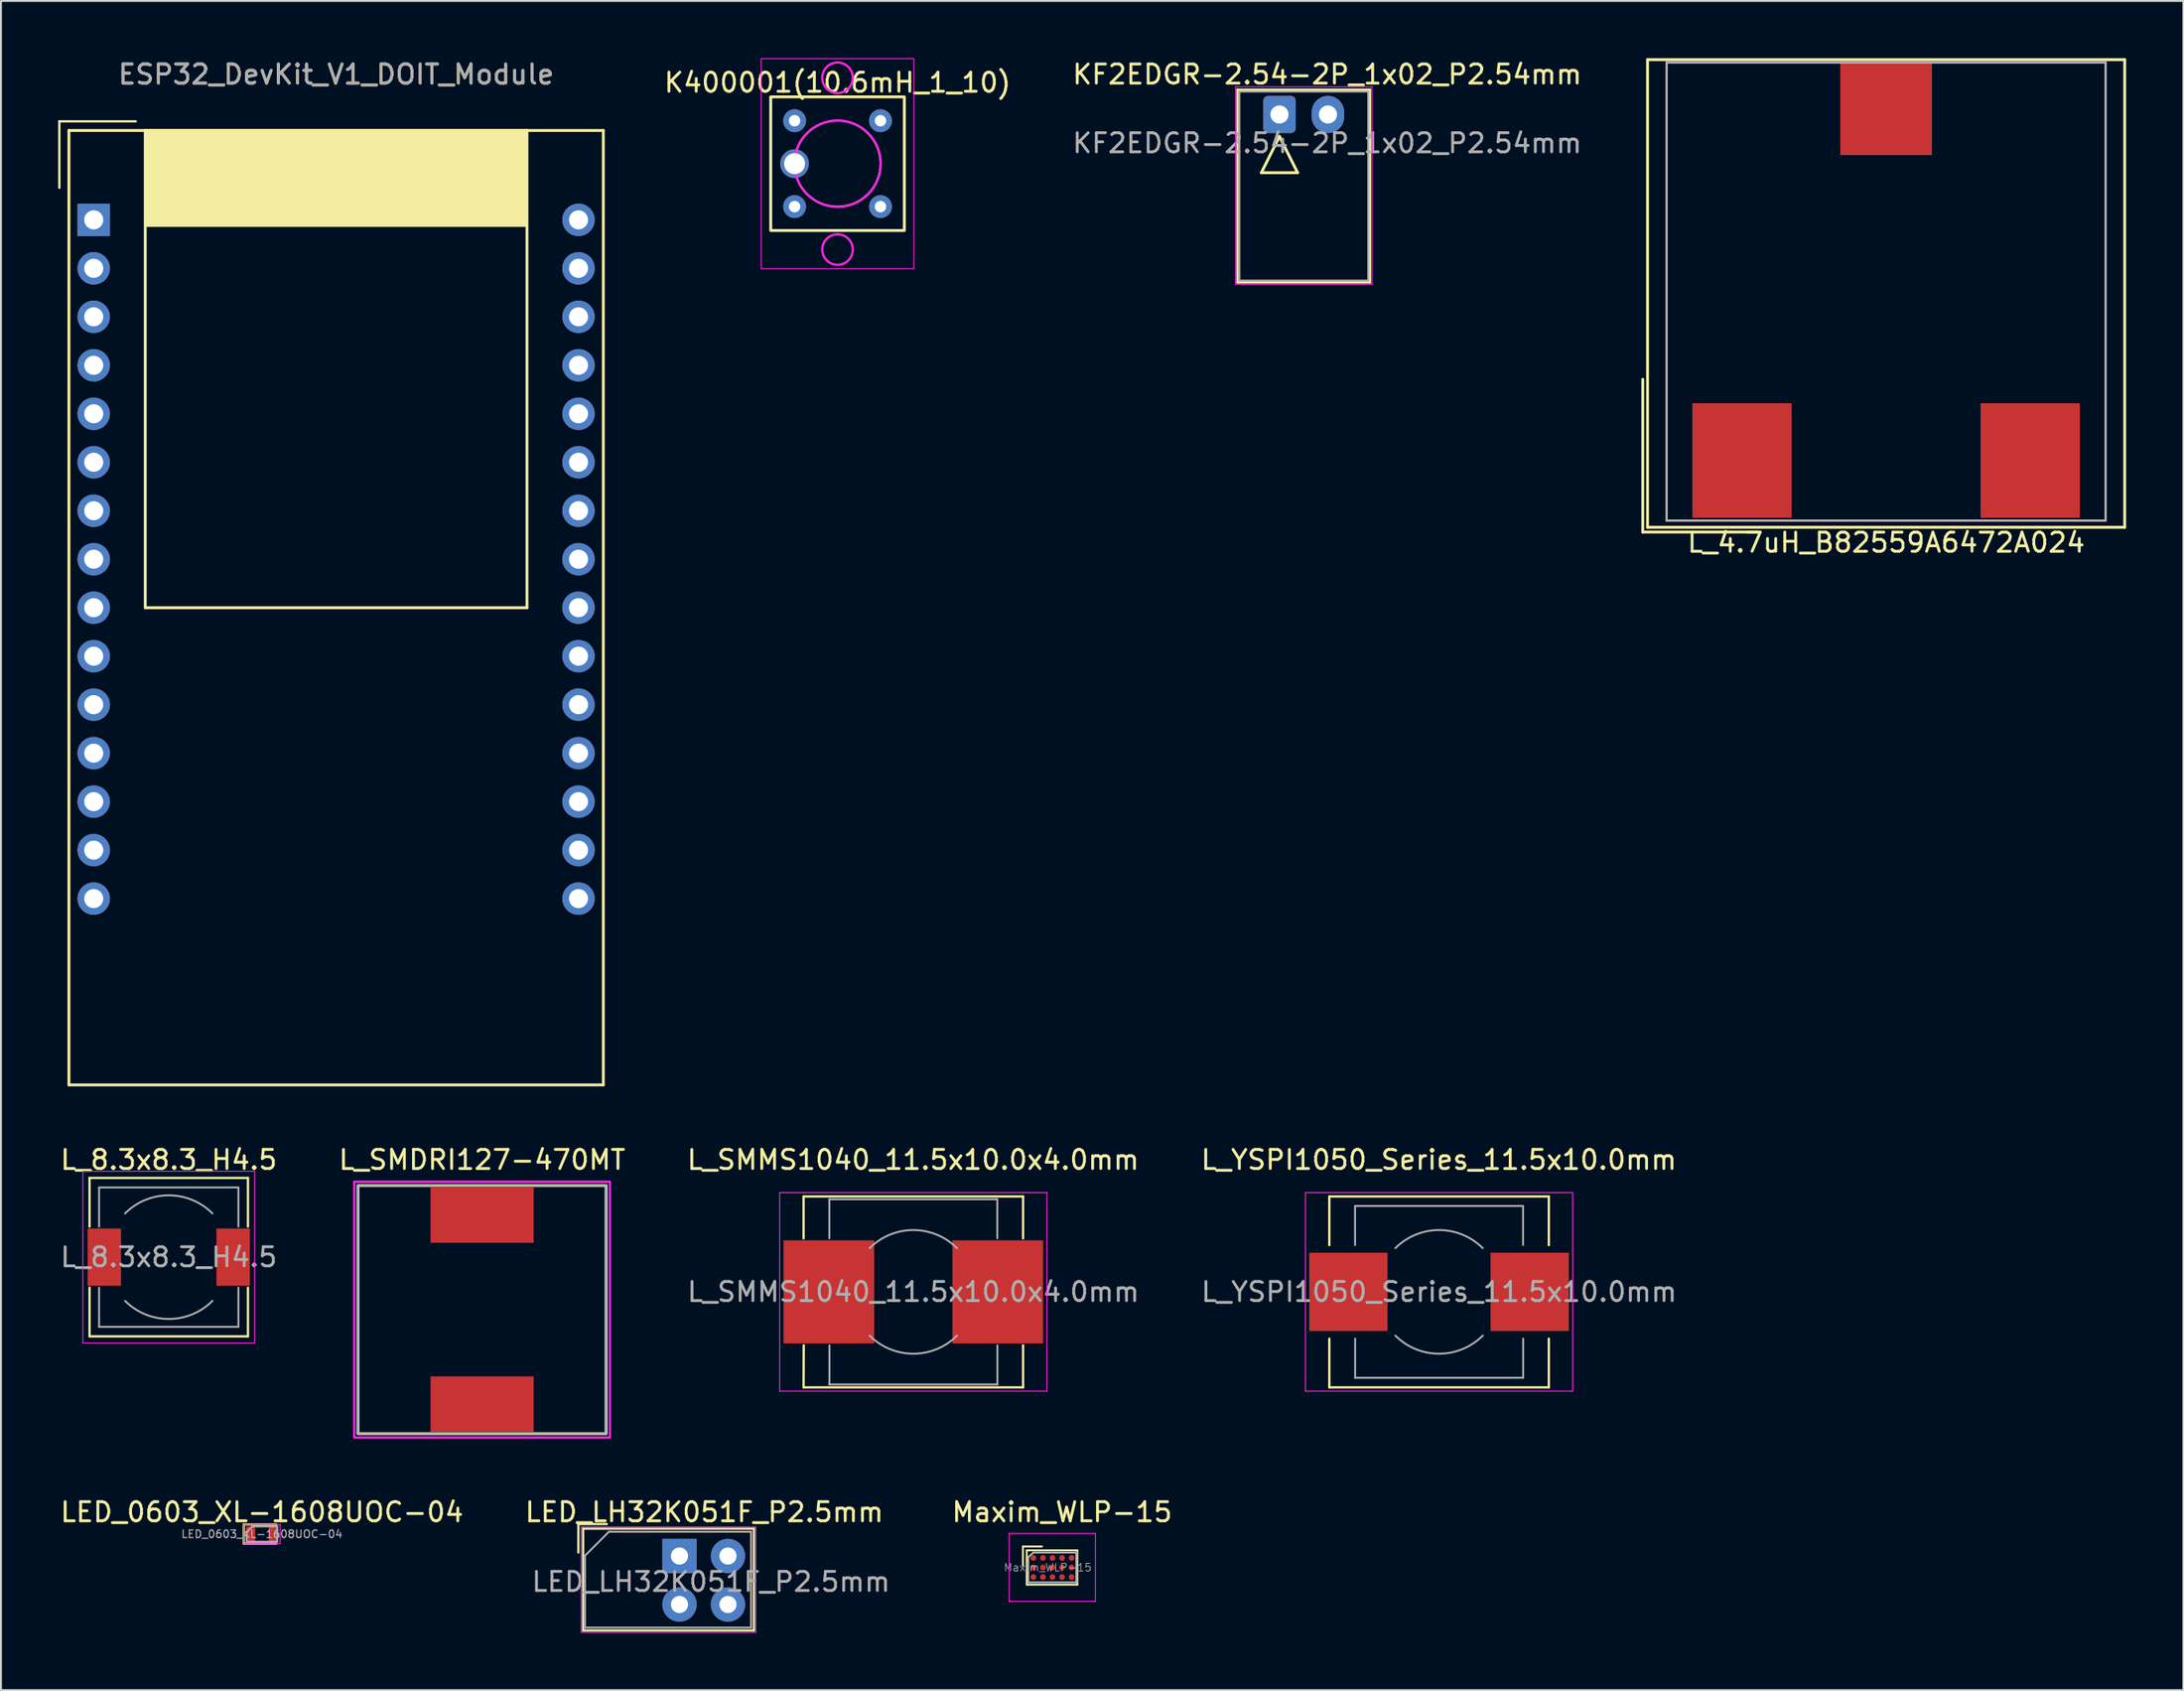
<source format=kicad_pcb>
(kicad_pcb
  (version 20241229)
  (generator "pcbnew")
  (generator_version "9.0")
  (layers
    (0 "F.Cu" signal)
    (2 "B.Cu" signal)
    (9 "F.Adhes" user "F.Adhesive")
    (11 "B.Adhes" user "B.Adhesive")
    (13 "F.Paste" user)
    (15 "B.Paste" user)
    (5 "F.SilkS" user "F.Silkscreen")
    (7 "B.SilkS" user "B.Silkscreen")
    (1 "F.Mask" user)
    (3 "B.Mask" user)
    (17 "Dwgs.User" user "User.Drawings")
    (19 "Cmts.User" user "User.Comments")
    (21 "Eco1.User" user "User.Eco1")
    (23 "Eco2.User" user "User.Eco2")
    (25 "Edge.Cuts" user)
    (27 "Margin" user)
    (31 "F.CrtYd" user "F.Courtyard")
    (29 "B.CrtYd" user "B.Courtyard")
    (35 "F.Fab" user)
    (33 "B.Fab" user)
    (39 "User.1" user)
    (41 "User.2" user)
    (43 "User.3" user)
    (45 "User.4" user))
  (footprint "L_YSPI1050_Series_11.5x10.0mm"
    (layer "F.Cu")
    (at 72.347 64.632)
    (property "Reference" "L_YSPI1050_Series_11.5x10.0mm" (at -0.01 -6.92 0) (layer "F.SilkS") (effects (font (size 1 1) (thickness 0.15))))
    (attr smd)
    (fp_line (start -5.75 -5) (end 5.75 -5) (stroke (width 0.12) (type solid)) (layer "F.SilkS"))
    (fp_line (start -5.75 -2.45) (end -5.75 -5) (stroke (width 0.12) (type solid)) (layer "F.SilkS"))
    (fp_line (start -5.75 5) (end -5.75 2.45) (stroke (width 0.12) (type solid)) (layer "F.SilkS"))
    (fp_line (start 5.75 -5) (end 5.75 -2.45) (stroke (width 0.12) (type solid)) (layer "F.SilkS"))
    (fp_line (start 5.75 2.45) (end 5.75 5) (stroke (width 0.12) (type solid)) (layer "F.SilkS"))
    (fp_line (start 5.75 5) (end -5.75 5) (stroke (width 0.12) (type solid)) (layer "F.SilkS"))
    (fp_line (start -7 -5.2) (end -7 5.2) (stroke (width 0.05) (type solid)) (layer "F.CrtYd"))
    (fp_line (start -7 5.2) (end 7 5.2) (stroke (width 0.05) (type solid)) (layer "F.CrtYd"))
    (fp_line (start 7 -5.2) (end -7 -5.2) (stroke (width 0.05) (type solid)) (layer "F.CrtYd"))
    (fp_line (start 7 5.2) (end 7 -5.2) (stroke (width 0.05) (type solid)) (layer "F.CrtYd"))
    (fp_line (start -4.4 -4.5) (end -4.4 -2.45) (stroke (width 0.1) (type solid)) (layer "F.Fab"))
    (fp_line (start -4.4 -4.5) (end 4.4 -4.5) (stroke (width 0.1) (type solid)) (layer "F.Fab"))
    (fp_line (start -4.395 4.5) (end -4.395 2.45) (stroke (width 0.1) (type solid)) (layer "F.Fab"))
    (fp_line (start 4.4 -4.5) (end 4.4 -2.45) (stroke (width 0.1) (type solid)) (layer "F.Fab"))
    (fp_line (start 4.405 4.5) (end -4.405 4.5) (stroke (width 0.1) (type solid)) (layer "F.Fab"))
    (fp_line (start 4.405 4.5) (end 4.405 2.45) (stroke (width 0.1) (type solid)) (layer "F.Fab"))
    (fp_arc (start -2.29 -2.29) (mid 0 -3.238549) (end 2.29 -2.29) (stroke (width 0.1) (type solid)) (layer "F.Fab"))
    (fp_arc (start 2.29 2.29) (mid 0 3.238549) (end -2.29 2.29) (stroke (width 0.1) (type solid)) (layer "F.Fab"))
    (fp_text user "${REFERENCE}" (at 0 0 0) (layer "F.Fab") (effects (font (size 1 1) (thickness 0.15))))
    (pad "1" smd rect (at -4.75 0) (size 4.1 4.1) (layers "F.Cu" "F.Mask" "F.Paste"))
    (pad "2" smd rect (at 4.75 0) (size 4.1 4.1) (layers "F.Cu" "F.Mask" "F.Paste")))
  (footprint "ESP32_DevKit_V1_DOIT_Module"
    (layer "F.Cu")
    (at 14.56 28.788)
    (property "Reference" "ESP32_DevKit_V1_DOIT_Module" (at 0 -27.94 0) (layer "F.SilkS") (effects (font (size 1 1) (thickness 0.15))))
    (attr through_hole)
    (fp_line (start -14.5 -25.48) (end -10.5 -25.48) (stroke (width 0.12) (type solid)) (layer "F.SilkS"))
    (fp_line (start -14.5 -22) (end -14.5 -25.48) (stroke (width 0.12) (type solid)) (layer "F.SilkS"))
    (fp_line (start -14 -25) (end -14 25) (stroke (width 0.15) (type solid)) (layer "F.SilkS"))
    (fp_line (start -14 25) (end 14 25) (stroke (width 0.15) (type solid)) (layer "F.SilkS"))
    (fp_line (start -10 -25) (end -10 0) (stroke (width 0.15) (type solid)) (layer "F.SilkS"))
    (fp_line (start -10 0) (end 10 0) (stroke (width 0.15) (type solid)) (layer "F.SilkS"))
    (fp_line (start 10 -25) (end -10 -25) (stroke (width 0.15) (type solid)) (layer "F.SilkS"))
    (fp_line (start 10 0) (end 10 -25) (stroke (width 0.15) (type solid)) (layer "F.SilkS"))
    (fp_line (start 14 -25) (end -14 -25) (stroke (width 0.15) (type solid)) (layer "F.SilkS"))
    (fp_line (start 14 25) (end 14 -25) (stroke (width 0.15) (type solid)) (layer "F.SilkS"))
    (fp_poly (pts (xy 10 -20) (xy -10 -20) (xy -10 -25) (xy 10 -25)) (stroke (width 0.1) (type solid)) (fill yes) (layer "F.SilkS"))
    (fp_text user "${REFERENCE}" (at 0 -27.94 180) (layer "F.Fab") (effects (font (size 1 1) (thickness 0.15))))
    (pad "1" thru_hole oval (at -12.7 15.24) (size 1.7 1.7) (drill 1) (layers "*.Cu" "*.Mask"))
    (pad "2" thru_hole oval (at -12.7 12.7) (size 1.7 1.7) (drill 1) (layers "*.Cu" "*.Mask"))
    (pad "2" thru_hole oval (at 12.7 12.7) (size 1.7 1.7) (drill 1) (layers "*.Cu" "*.Mask"))
    (pad "3" thru_hole oval (at 12.7 15.24) (size 1.7 1.7) (drill 1) (layers "*.Cu" "*.Mask"))
    (pad "5" thru_hole oval (at -12.7 -17.78) (size 1.7 1.7) (drill 1) (layers "*.Cu" "*.Mask"))
    (pad "8" thru_hole oval (at -12.7 -15.24) (size 1.7 1.7) (drill 1) (layers "*.Cu" "*.Mask"))
    (pad "9" thru_hole rect (at -12.7 -20.32) (size 1.7 1.7) (drill 1) (layers "*.Cu" "*.Mask"))
    (pad "10" thru_hole oval (at -12.7 -12.7) (size 1.7 1.7) (drill 1) (layers "*.Cu" "*.Mask"))
    (pad "11" thru_hole oval (at -12.7 -10.16) (size 1.7 1.7) (drill 1) (layers "*.Cu" "*.Mask"))
    (pad "12" thru_hole oval (at -12.7 -7.62) (size 1.7 1.7) (drill 1) (layers "*.Cu" "*.Mask"))
    (pad "13" thru_hole oval (at -12.7 -5.08) (size 1.7 1.7) (drill 1) (layers "*.Cu" "*.Mask"))
    (pad "14" thru_hole oval (at -12.7 -2.54) (size 1.7 1.7) (drill 1) (layers "*.Cu" "*.Mask"))
    (pad "15" thru_hole oval (at -12.7 0) (size 1.7 1.7) (drill 1) (layers "*.Cu" "*.Mask"))
    (pad "16" thru_hole oval (at -12.7 2.54) (size 1.7 1.7) (drill 1) (layers "*.Cu" "*.Mask"))
    (pad "17" thru_hole oval (at -12.7 5.08) (size 1.7 1.7) (drill 1) (layers "*.Cu" "*.Mask"))
    (pad "18" thru_hole oval (at -12.7 7.62) (size 1.7 1.7) (drill 1) (layers "*.Cu" "*.Mask"))
    (pad "20" thru_hole oval (at -12.7 10.16) (size 1.7 1.7) (drill 1) (layers "*.Cu" "*.Mask"))
    (pad "21" thru_hole oval (at 12.7 10.16) (size 1.7 1.7) (drill 1) (layers "*.Cu" "*.Mask"))
    (pad "22" thru_hole oval (at 12.7 7.62) (size 1.7 1.7) (drill 1) (layers "*.Cu" "*.Mask"))
    (pad "24" thru_hole oval (at 12.7 5.08) (size 1.7 1.7) (drill 1) (layers "*.Cu" "*.Mask"))
    (pad "25" thru_hole oval (at 12.7 2.54) (size 1.7 1.7) (drill 1) (layers "*.Cu" "*.Mask"))
    (pad "27" thru_hole oval (at 12.7 0) (size 1.7 1.7) (drill 1) (layers "*.Cu" "*.Mask"))
    (pad "34" thru_hole oval (at 12.7 -2.54) (size 1.7 1.7) (drill 1) (layers "*.Cu" "*.Mask"))
    (pad "35" thru_hole oval (at 12.7 -5.08) (size 1.7 1.7) (drill 1) (layers "*.Cu" "*.Mask"))
    (pad "36" thru_hole oval (at 12.7 -20.32) (size 1.7 1.7) (drill 1) (layers "*.Cu" "*.Mask"))
    (pad "38" thru_hole oval (at 12.7 -7.62) (size 1.7 1.7) (drill 1) (layers "*.Cu" "*.Mask"))
    (pad "39" thru_hole oval (at 12.7 -17.78) (size 1.7 1.7) (drill 1) (layers "*.Cu" "*.Mask"))
    (pad "40" thru_hole oval (at 12.7 -12.7) (size 1.7 1.7) (drill 1) (layers "*.Cu" "*.Mask"))
    (pad "41" thru_hole oval (at 12.7 -15.24) (size 1.7 1.7) (drill 1) (layers "*.Cu" "*.Mask"))
    (pad "42" thru_hole oval (at 12.7 -10.16) (size 1.7 1.7) (drill 1) (layers "*.Cu" "*.Mask")))
  (footprint "L_SMMS1040_11.5x10.0x4.0mm"
    (layer "F.Cu")
    (at 44.802 64.632)
    (property "Reference" "L_SMMS1040_11.5x10.0x4.0mm" (at -0.01 -6.92 0) (layer "F.SilkS") (effects (font (size 1 1) (thickness 0.15))))
    (attr smd)
    (fp_line (start -5.75 -5) (end 5.75 -5) (stroke (width 0.12) (type solid)) (layer "F.SilkS"))
    (fp_line (start -5.75 -2.8) (end -5.75 -5) (stroke (width 0.12) (type solid)) (layer "F.SilkS"))
    (fp_line (start -5.75 5) (end -5.74 2.8) (stroke (width 0.12) (type solid)) (layer "F.SilkS"))
    (fp_line (start 5.75 -5) (end 5.75 -2.8) (stroke (width 0.12) (type solid)) (layer "F.SilkS"))
    (fp_line (start 5.75 2.8) (end 5.75 5) (stroke (width 0.12) (type solid)) (layer "F.SilkS"))
    (fp_line (start 5.75 5) (end -5.75 5) (stroke (width 0.12) (type solid)) (layer "F.SilkS"))
    (fp_line (start -7 -5.2) (end -7 5.2) (stroke (width 0.05) (type solid)) (layer "F.CrtYd"))
    (fp_line (start -7 5.2) (end 7 5.2) (stroke (width 0.05) (type solid)) (layer "F.CrtYd"))
    (fp_line (start 7 -5.2) (end -7 -5.2) (stroke (width 0.05) (type solid)) (layer "F.CrtYd"))
    (fp_line (start 7 5.2) (end 7 -5.2) (stroke (width 0.05) (type solid)) (layer "F.CrtYd"))
    (fp_line (start -4.4 -4.85) (end -4.4 -2.8) (stroke (width 0.1) (type solid)) (layer "F.Fab"))
    (fp_line (start -4.4 -4.85) (end 4.4 -4.85) (stroke (width 0.1) (type solid)) (layer "F.Fab"))
    (fp_line (start -4.395 4.85) (end -4.395 2.8) (stroke (width 0.1) (type solid)) (layer "F.Fab"))
    (fp_line (start 4.4 -4.85) (end 4.4 -2.8) (stroke (width 0.1) (type solid)) (layer "F.Fab"))
    (fp_line (start 4.405 4.85) (end -4.405 4.85) (stroke (width 0.1) (type solid)) (layer "F.Fab"))
    (fp_line (start 4.405 4.85) (end 4.405 2.8) (stroke (width 0.1) (type solid)) (layer "F.Fab"))
    (fp_arc (start -2.29 -2.29) (mid 0 -3.238549) (end 2.29 -2.29) (stroke (width 0.1) (type solid)) (layer "F.Fab"))
    (fp_arc (start 2.29 2.29) (mid 0 3.238549) (end -2.29 2.29) (stroke (width 0.1) (type solid)) (layer "F.Fab"))
    (fp_text user "${REFERENCE}" (at 0 0 0) (layer "F.Fab") (effects (font (size 1 1) (thickness 0.15))))
    (pad "1" smd rect (at -4.425 0) (size 4.75 5.4) (layers "F.Cu" "F.Mask" "F.Paste"))
    (pad "2" smd rect (at 4.425 0) (size 4.75 5.4) (layers "F.Cu" "F.Mask" "F.Paste")))
  (footprint "KF2EDGR-2.54-2P_1x02_P2.54mm"
    (layer "F.Cu")
    (at 63.986 2.948)
    (property "Reference" "KF2EDGR-2.54-2P_1x02_P2.54mm" (at 2.5 -2.1 0) (layer "F.SilkS") (effects (font (size 1 1) (thickness 0.15))))
    (attr through_hole)
    (fp_line (start -2.2 -1.3) (end -2.2 8.8) (stroke (width 0.12) (type solid)) (layer "F.SilkS"))
    (fp_line (start -2.2 8.8) (end 4.74 8.8) (stroke (width 0.12) (type solid)) (layer "F.SilkS"))
    (fp_line (start -0.95 3.05) (end 0 1.15) (stroke (width 0.15) (type solid)) (layer "F.SilkS"))
    (fp_line (start 0.95 3.05) (end -0.95 3.05) (stroke (width 0.15) (type solid)) (layer "F.SilkS"))
    (fp_line (start 0.95 3.05) (end 0 1.15) (stroke (width 0.15) (type solid)) (layer "F.SilkS"))
    (fp_line (start 4.74 -1.3) (end -2.2 -1.3) (stroke (width 0.12) (type solid)) (layer "F.SilkS"))
    (fp_line (start 4.74 8.8) (end 4.74 -1.3) (stroke (width 0.12) (type solid)) (layer "F.SilkS"))
    (fp_line (start -2.3 -1.45) (end -2.3 8.9) (stroke (width 0.05) (type solid)) (layer "F.CrtYd"))
    (fp_line (start -2.3 8.9) (end 4.85 8.9) (stroke (width 0.05) (type solid)) (layer "F.CrtYd"))
    (fp_line (start 4.85 -1.45) (end -2.3 -1.45) (stroke (width 0.05) (type solid)) (layer "F.CrtYd"))
    (fp_line (start 4.85 8.9) (end 4.85 -1.45) (stroke (width 0.05) (type solid)) (layer "F.CrtYd"))
    (fp_line (start -2.1 -1.2) (end -2.1 8.7) (stroke (width 0.1) (type solid)) (layer "F.Fab"))
    (fp_line (start -2.1 8.7) (end 4.65 8.7) (stroke (width 0.1) (type solid)) (layer "F.Fab"))
    (fp_line (start 4.65 -1.2) (end -2.1 -1.2) (stroke (width 0.1) (type solid)) (layer "F.Fab"))
    (fp_line (start 4.65 8.7) (end 4.65 -1.2) (stroke (width 0.1) (type solid)) (layer "F.Fab"))
    (fp_text user "${REFERENCE}" (at 2.5 1.5 0) (layer "F.Fab") (effects (font (size 1 1) (thickness 0.15))))
    (pad "1" thru_hole roundrect (at 0 0) (size 1.7 1.95) (drill 0.95) (layers "*.Cu" "*.Mask") (roundrect_rratio 0.147))
    (pad "2" thru_hole oval (at 2.54 0) (size 1.7 1.95) (drill 0.95) (layers "*.Cu" "*.Mask")))
  (footprint "K400001(10.6mH_1_10)"
    (layer "F.Cu")
    (at 40.831 5.525)
    (property "Reference" "K400001(10.6mH_1_10)" (at 0 -4.25 0) (unlocked yes) (layer "F.SilkS") (effects (font (size 1 1) (thickness 0.15))))
    (attr through_hole)
    (fp_rect (start -3.5 -3.5) (end 3.5 3.5) (stroke (width 0.15) (type solid)) (fill no) (layer "F.SilkS"))
    (fp_rect (start -4 -5.5) (end 4 5.5) (stroke (width 0.05) (type solid)) (fill no) (layer "F.CrtYd"))
    (fp_circle (center 0 -4.5) (end 0.8 -4.5) (stroke (width 0.12) (type solid)) (fill no) (layer "F.CrtYd"))
    (fp_circle (center 0 0) (end 2.25 -0.25) (stroke (width 0.12) (type solid)) (fill no) (layer "F.CrtYd"))
    (fp_circle (center 0 4.5) (end 0.8 4.5) (stroke (width 0.12) (type solid)) (fill no) (layer "F.CrtYd"))
    (fp_circle (center 0 0) (end 2.25 0) (stroke (width 0.1) (type solid)) (fill no) (layer "F.Fab"))
    (pad "" thru_hole circle (at -2.25 0) (size 1.5 1.5) (drill 1.1) (layers "*.Cu" "*.Mask"))
    (pad "1" thru_hole circle (at -2.25 2.25) (size 1.2 1.2) (drill 0.6) (layers "*.Cu" "*.Mask"))
    (pad "2" thru_hole circle (at -2.25 -2.25) (size 1.2 1.2) (drill 0.6) (layers "*.Cu" "*.Mask"))
    (pad "3" thru_hole circle (at 2.25 -2.25) (size 1.2 1.2) (drill 0.6) (layers "*.Cu" "*.Mask"))
    (pad "4" thru_hole circle (at 2.25 2.25) (size 1.2 1.2) (drill 0.6) (layers "*.Cu" "*.Mask")))
  (footprint "LED_0603_XL-1608UOC-04"
    (layer "F.Cu")
    (at 10.673 77.32)
    (property "Reference" "LED_0603_XL-1608UOC-04" (at 0 -1.15 0) (layer "F.SilkS") (effects (font (size 1 1) (thickness 0.15))))
    (attr smd)
    (fp_line (start -0.95 -0.5) (end -0.95 0.5) (stroke (width 0.12) (type solid)) (layer "F.SilkS"))
    (fp_line (start -0.95 0.5) (end 0.75 0.5) (stroke (width 0.12) (type solid)) (layer "F.SilkS"))
    (fp_line (start 0.75 -0.5) (end -0.95 -0.5) (stroke (width 0.12) (type solid)) (layer "F.SilkS"))
    (fp_line (start -0.95 -0.5) (end 0.95 -0.5) (stroke (width 0.05) (type solid)) (layer "F.CrtYd"))
    (fp_line (start -0.95 0.5) (end -0.95 -0.5) (stroke (width 0.05) (type solid)) (layer "F.CrtYd"))
    (fp_line (start 0.95 -0.5) (end 0.95 0.5) (stroke (width 0.05) (type solid)) (layer "F.CrtYd"))
    (fp_line (start 0.95 0.5) (end -0.95 0.5) (stroke (width 0.05) (type solid)) (layer "F.CrtYd"))
    (fp_line (start -0.8 -0.1) (end -0.8 0.4) (stroke (width 0.1) (type solid)) (layer "F.Fab"))
    (fp_line (start -0.8 0.4) (end 0.8 0.4) (stroke (width 0.1) (type solid)) (layer "F.Fab"))
    (fp_line (start -0.5 -0.4) (end -0.8 -0.1) (stroke (width 0.1) (type solid)) (layer "F.Fab"))
    (fp_line (start 0.8 -0.4) (end -0.5 -0.4) (stroke (width 0.1) (type solid)) (layer "F.Fab"))
    (fp_line (start 0.8 0.4) (end 0.8 -0.4) (stroke (width 0.1) (type solid)) (layer "F.Fab"))
    (fp_text user "${REFERENCE}" (at 0 0 0) (layer "F.Fab") (effects (font (size 0.4 0.4) (thickness 0.06))))
    (pad "1" smd roundrect (at -0.6 0) (size 0.5 0.8) (layers "F.Cu" "F.Mask" "F.Paste") (roundrect_rratio 0.25))
    (pad "2" smd roundrect (at 0.6 0) (size 0.5 0.8) (layers "F.Cu" "F.Mask" "F.Paste") (roundrect_rratio 0.25)))
  (footprint "LED_LH32K051F_P2.5mm"
    (layer "F.Cu")
    (at 32.551 78.47)
    (property "Reference" "LED_LH32K051F_P2.5mm" (at 1.3 -2.3 0) (layer "F.SilkS") (effects (font (size 1 1) (thickness 0.15))))
    (attr through_hole)
    (fp_line (start -5.3 -1.675) (end -3.81 -1.675) (stroke (width 0.12) (type solid)) (layer "F.SilkS"))
    (fp_line (start -5.3 -0.185) (end -5.3 -1.675) (stroke (width 0.12) (type solid)) (layer "F.SilkS"))
    (fp_line (start -5.05 -1.435) (end -5.05 3.9) (stroke (width 0.12) (type solid)) (layer "F.SilkS"))
    (fp_line (start -5.05 3.9) (end 3.9 3.9) (stroke (width 0.12) (type solid)) (layer "F.SilkS"))
    (fp_line (start 3.9 -1.435) (end -5.05 -1.435) (stroke (width 0.12) (type solid)) (layer "F.SilkS"))
    (fp_line (start 3.9 3.9) (end 3.9 -1.435) (stroke (width 0.12) (type solid)) (layer "F.SilkS"))
    (fp_line (start -5.15 -1.52) (end -5.15 4) (stroke (width 0.05) (type solid)) (layer "F.CrtYd"))
    (fp_line (start -5.15 4) (end 4 4) (stroke (width 0.05) (type solid)) (layer "F.CrtYd"))
    (fp_line (start 4 -1.52) (end -5.15 -1.52) (stroke (width 0.05) (type solid)) (layer "F.CrtYd"))
    (fp_line (start 4 4) (end 4 -1.52) (stroke (width 0.05) (type solid)) (layer "F.CrtYd"))
    (fp_line (start -4.95 -0.02) (end -3.7 -1.27) (stroke (width 0.1) (type solid)) (layer "F.Fab"))
    (fp_line (start -4.95 3.75) (end -4.95 -0.02) (stroke (width 0.1) (type solid)) (layer "F.Fab"))
    (fp_line (start -3.7 -1.27) (end 3.75 -1.27) (stroke (width 0.1) (type solid)) (layer "F.Fab"))
    (fp_line (start 3.75 -1.27) (end 3.75 3.75) (stroke (width 0.1) (type solid)) (layer "F.Fab"))
    (fp_line (start 3.75 3.75) (end -4.95 3.75) (stroke (width 0.1) (type solid)) (layer "F.Fab"))
    (fp_text user "${REFERENCE}" (at 1.65 1.35 0) (layer "F.Fab") (effects (font (size 1 1) (thickness 0.15))))
    (pad "1" thru_hole rect (at 0 0) (size 1.8 1.8) (drill 0.9) (layers "*.Cu" "*.Mask"))
    (pad "2" thru_hole circle (at 0 2.54) (size 1.8 1.8) (drill 0.9) (layers "*.Cu" "*.Mask"))
    (pad "3" thru_hole circle (at 2.54 2.54) (size 1.8 1.8) (drill 0.9) (layers "*.Cu" "*.Mask"))
    (pad "4" thru_hole circle (at 2.54 0) (size 1.8 1.8) (drill 0.9) (layers "*.Cu" "*.Mask")))
  (footprint "L_SMDRI127-470MT"
    (layer "F.Cu")
    (at 22.208 65.561)
    (property "Reference" "L_SMDRI127-470MT" (at 0 -7.85 0) (unlocked yes) (layer "F.SilkS") (effects (font (size 1 1) (thickness 0.15))))
    (attr smd)
    (fp_rect (start -6.5 -6.5) (end 6.5 6.5) (stroke (width 0.15) (type solid)) (fill no) (layer "F.SilkS"))
    (fp_rect (start -6.7 -6.7) (end 6.7 6.7) (stroke (width 0.12) (type solid)) (fill no) (layer "F.CrtYd"))
    (fp_rect (start -6.5 -6.5) (end 6.5 6.5) (stroke (width 0.1) (type solid)) (fill no) (layer "F.Fab"))
    (pad "1" smd rect (at 0 -4.95) (size 5.4 2.9) (layers "F.Cu" "F.Mask" "F.Paste"))
    (pad "2" smd rect (at 0 4.95) (size 5.4 2.9) (layers "F.Cu" "F.Mask" "F.Paste")))
  (footprint "L_4.7uH_B82559A6472A024"
    (layer "F.Cu")
    (at 95.77 21.075)
    (property "Reference" "L_4.7uH_B82559A6472A024" (at 0 4.3 0) (layer "F.SilkS") (effects (font (size 1 1) (thickness 0.15))))
    (attr through_hole)
    (fp_line (start -12.75 -4.25) (end -12.75 3.75) (stroke (width 0.15) (type solid)) (layer "F.SilkS"))
    (fp_line (start -12.75 3.75) (end -6.75 3.75) (stroke (width 0.15) (type solid)) (layer "F.SilkS"))
    (fp_line (start -12.5 -21) (end -12.5 3.5) (stroke (width 0.15) (type solid)) (layer "F.SilkS"))
    (fp_line (start -12.5 3.5) (end 12.5 3.5) (stroke (width 0.15) (type solid)) (layer "F.SilkS"))
    (fp_line (start 12.5 -21) (end -12.5 -21) (stroke (width 0.15) (type solid)) (layer "F.SilkS"))
    (fp_line (start 12.5 3.5) (end 12.5 -21) (stroke (width 0.15) (type solid)) (layer "F.SilkS"))
    (fp_line (start -11.5 -20.85) (end -11.5 3.15) (stroke (width 0.12) (type solid)) (layer "F.Fab"))
    (fp_line (start -11.5 3.15) (end 11.5 3.15) (stroke (width 0.12) (type solid)) (layer "F.Fab"))
    (fp_line (start 11.5 -20.85) (end -11.5 -20.85) (stroke (width 0.12) (type solid)) (layer "F.Fab"))
    (fp_line (start 11.5 3.15) (end 11.5 -20.85) (stroke (width 0.12) (type solid)) (layer "F.Fab"))
    (pad "" smd rect (at 0 -18.4) (size 4.8 4.8) (layers "F.Cu" "F.Mask" "F.Paste"))
    (pad "1" smd rect (at -7.55 0) (size 5.2 6) (layers "F.Cu" "F.Mask" "F.Paste"))
    (pad "2" smd rect (at 7.55 0) (size 5.2 6) (layers "F.Cu" "F.Mask" "F.Paste")))
  (footprint "Maxim_WLP-15"
    (layer "F.Cu")
    (at 52.094 79.07)
    (property "Reference" "Maxim_WLP-15" (at 0.5 -2.9 0) (layer "F.SilkS") (effects (font (size 1 1) (thickness 0.15))))
    (attr smd)
    (fp_line (start -1.55 -1.1) (end -1.55 -0.1) (stroke (width 0.1) (type solid)) (layer "F.SilkS"))
    (fp_line (start -1.55 -1.1) (end -0.55 -1.1) (stroke (width 0.1) (type solid)) (layer "F.SilkS"))
    (fp_line (start -1.35 -0.9) (end -1.35 0.9) (stroke (width 0.1) (type solid)) (layer "F.SilkS"))
    (fp_line (start -1.35 -0.9) (end 1.3 -0.9) (stroke (width 0.1) (type solid)) (layer "F.SilkS"))
    (fp_line (start 1.3 0.9) (end -1.35 0.9) (stroke (width 0.1) (type solid)) (layer "F.SilkS"))
    (fp_line (start 1.3 0.9) (end 1.3 -0.9) (stroke (width 0.1) (type solid)) (layer "F.SilkS"))
    (fp_line (start -2.27 -1.78) (end 2.25 -1.78) (stroke (width 0.05) (type solid)) (layer "F.CrtYd"))
    (fp_line (start -2.27 1.78) (end -2.27 -1.78) (stroke (width 0.05) (type solid)) (layer "F.CrtYd"))
    (fp_line (start -2.27 1.78) (end 2.25 1.78) (stroke (width 0.05) (type solid)) (layer "F.CrtYd"))
    (fp_line (start 2.25 -1.78) (end 2.25 1.78) (stroke (width 0.05) (type solid)) (layer "F.CrtYd"))
    (fp_line (start -1.27 0.78) (end -1.27 -0.54) (stroke (width 0.1) (type solid)) (layer "F.Fab"))
    (fp_line (start -1.27 0.78) (end 1.25 0.78) (stroke (width 0.1) (type solid)) (layer "F.Fab"))
    (fp_line (start -1 -0.78) (end -1.27 -0.54) (stroke (width 0.1) (type solid)) (layer "F.Fab"))
    (fp_line (start 1.25 -0.78) (end -1 -0.78) (stroke (width 0.1) (type solid)) (layer "F.Fab"))
    (fp_line (start 1.25 -0.78) (end 1.25 0.78) (stroke (width 0.1) (type solid)) (layer "F.Fab"))
    (fp_text user "${REFERENCE}" (at -0.25 0 0) (layer "F.Fab") (effects (font (size 0.4 0.4) (thickness 0.04))))
    (pad "A1" smd circle (at -1 -0.5 90) (size 0.3 0.3) (layers "F.Cu" "F.Mask" "F.Paste"))
    (pad "A2" smd circle (at -0.5 -0.5 90) (size 0.3 0.3) (layers "F.Cu" "F.Mask" "F.Paste"))
    (pad "A3" smd circle (at 0 -0.5 90) (size 0.3 0.3) (layers "F.Cu" "F.Mask" "F.Paste"))
    (pad "A4" smd circle (at 0.5 -0.5 90) (size 0.3 0.3) (layers "F.Cu" "F.Mask" "F.Paste"))
    (pad "A5" smd circle (at 1 -0.5 90) (size 0.3 0.3) (layers "F.Cu" "F.Mask" "F.Paste"))
    (pad "B1" smd circle (at -1 0 90) (size 0.3 0.3) (layers "F.Cu" "F.Mask" "F.Paste"))
    (pad "B2" smd circle (at -0.5 0 90) (size 0.3 0.3) (layers "F.Cu" "F.Mask" "F.Paste"))
    (pad "B3" smd circle (at 0 0 90) (size 0.3 0.3) (layers "F.Cu" "F.Mask" "F.Paste"))
    (pad "B4" smd circle (at 0.5 0 90) (size 0.3 0.3) (layers "F.Cu" "F.Mask" "F.Paste"))
    (pad "B5" smd circle (at 1 0 90) (size 0.3 0.3) (layers "F.Cu" "F.Mask" "F.Paste"))
    (pad "C1" smd circle (at -1 0.5 90) (size 0.3 0.3) (layers "F.Cu" "F.Mask" "F.Paste"))
    (pad "C2" smd circle (at -0.5 0.5 90) (size 0.3 0.3) (layers "F.Cu" "F.Mask" "F.Paste"))
    (pad "C3" smd circle (at 0 0.5 90) (size 0.3 0.3) (layers "F.Cu" "F.Mask" "F.Paste"))
    (pad "C4" smd circle (at 0.5 0.5 90) (size 0.3 0.3) (layers "F.Cu" "F.Mask" "F.Paste"))
    (pad "C5" smd circle (at 1 0.5 90) (size 0.3 0.3) (layers "F.Cu" "F.Mask" "F.Paste")))
  (footprint "L_8.3x8.3_H4.5"
    (layer "F.Cu")
    (at 5.792 62.812)
    (property "Reference" "L_8.3x8.3_H4.5" (at 0 -5.1 0) (layer "F.SilkS") (effects (font (size 1 1) (thickness 0.15))))
    (attr smd)
    (fp_line (start -4.15 -4.15) (end 4.15 -4.15) (stroke (width 0.12) (type solid)) (layer "F.SilkS"))
    (fp_line (start -4.15 -1.6) (end -4.15 -4.15) (stroke (width 0.12) (type solid)) (layer "F.SilkS"))
    (fp_line (start -4.15 4.15) (end -4.15 1.6) (stroke (width 0.12) (type solid)) (layer "F.SilkS"))
    (fp_line (start 4.15 -4.15) (end 4.15 -1.6) (stroke (width 0.12) (type solid)) (layer "F.SilkS"))
    (fp_line (start 4.15 1.6) (end 4.15 4.15) (stroke (width 0.12) (type solid)) (layer "F.SilkS"))
    (fp_line (start 4.15 4.15) (end -4.15 4.15) (stroke (width 0.12) (type solid)) (layer "F.SilkS"))
    (fp_line (start -4.5 -4.5) (end -4.5 4.5) (stroke (width 0.05) (type solid)) (layer "F.CrtYd"))
    (fp_line (start -4.5 4.5) (end 4.5 4.5) (stroke (width 0.05) (type solid)) (layer "F.CrtYd"))
    (fp_line (start 4.5 -4.5) (end -4.5 -4.5) (stroke (width 0.05) (type solid)) (layer "F.CrtYd"))
    (fp_line (start 4.5 4.5) (end 4.5 -4.5) (stroke (width 0.05) (type solid)) (layer "F.CrtYd"))
    (fp_line (start -3.65 -3.65) (end -3.65 -1.6) (stroke (width 0.1) (type solid)) (layer "F.Fab"))
    (fp_line (start -3.65 -3.65) (end 3.65 -3.65) (stroke (width 0.1) (type solid)) (layer "F.Fab"))
    (fp_line (start -3.65 3.65) (end -3.65 1.6) (stroke (width 0.1) (type solid)) (layer "F.Fab"))
    (fp_line (start 3.65 -3.65) (end 3.65 -1.6) (stroke (width 0.1) (type solid)) (layer "F.Fab"))
    (fp_line (start 3.65 3.65) (end -3.65 3.65) (stroke (width 0.1) (type solid)) (layer "F.Fab"))
    (fp_line (start 3.65 3.65) (end 3.65 1.6) (stroke (width 0.1) (type solid)) (layer "F.Fab"))
    (fp_arc (start -2.29 -2.29) (mid 0 -3.238549) (end 2.29 -2.29) (stroke (width 0.1) (type solid)) (layer "F.Fab"))
    (fp_arc (start 2.29 2.29) (mid 0 3.238549) (end -2.29 2.29) (stroke (width 0.1) (type solid)) (layer "F.Fab"))
    (fp_text user "${REFERENCE}" (at 0 0 0) (layer "F.Fab") (effects (font (size 1 1) (thickness 0.15))))
    (pad "1" smd rect (at -3.375 0) (size 1.75 3) (layers "F.Cu" "F.Mask" "F.Paste"))
    (pad "2" smd rect (at 3.375 0) (size 1.75 3) (layers "F.Cu" "F.Mask" "F.Paste")))
  (gr_rect
    (start -3 -3)
    (end 111.345 85.495)
    (stroke (width 0.1) (type default))
    (fill no)
    (layer "Edge.Cuts")))
</source>
